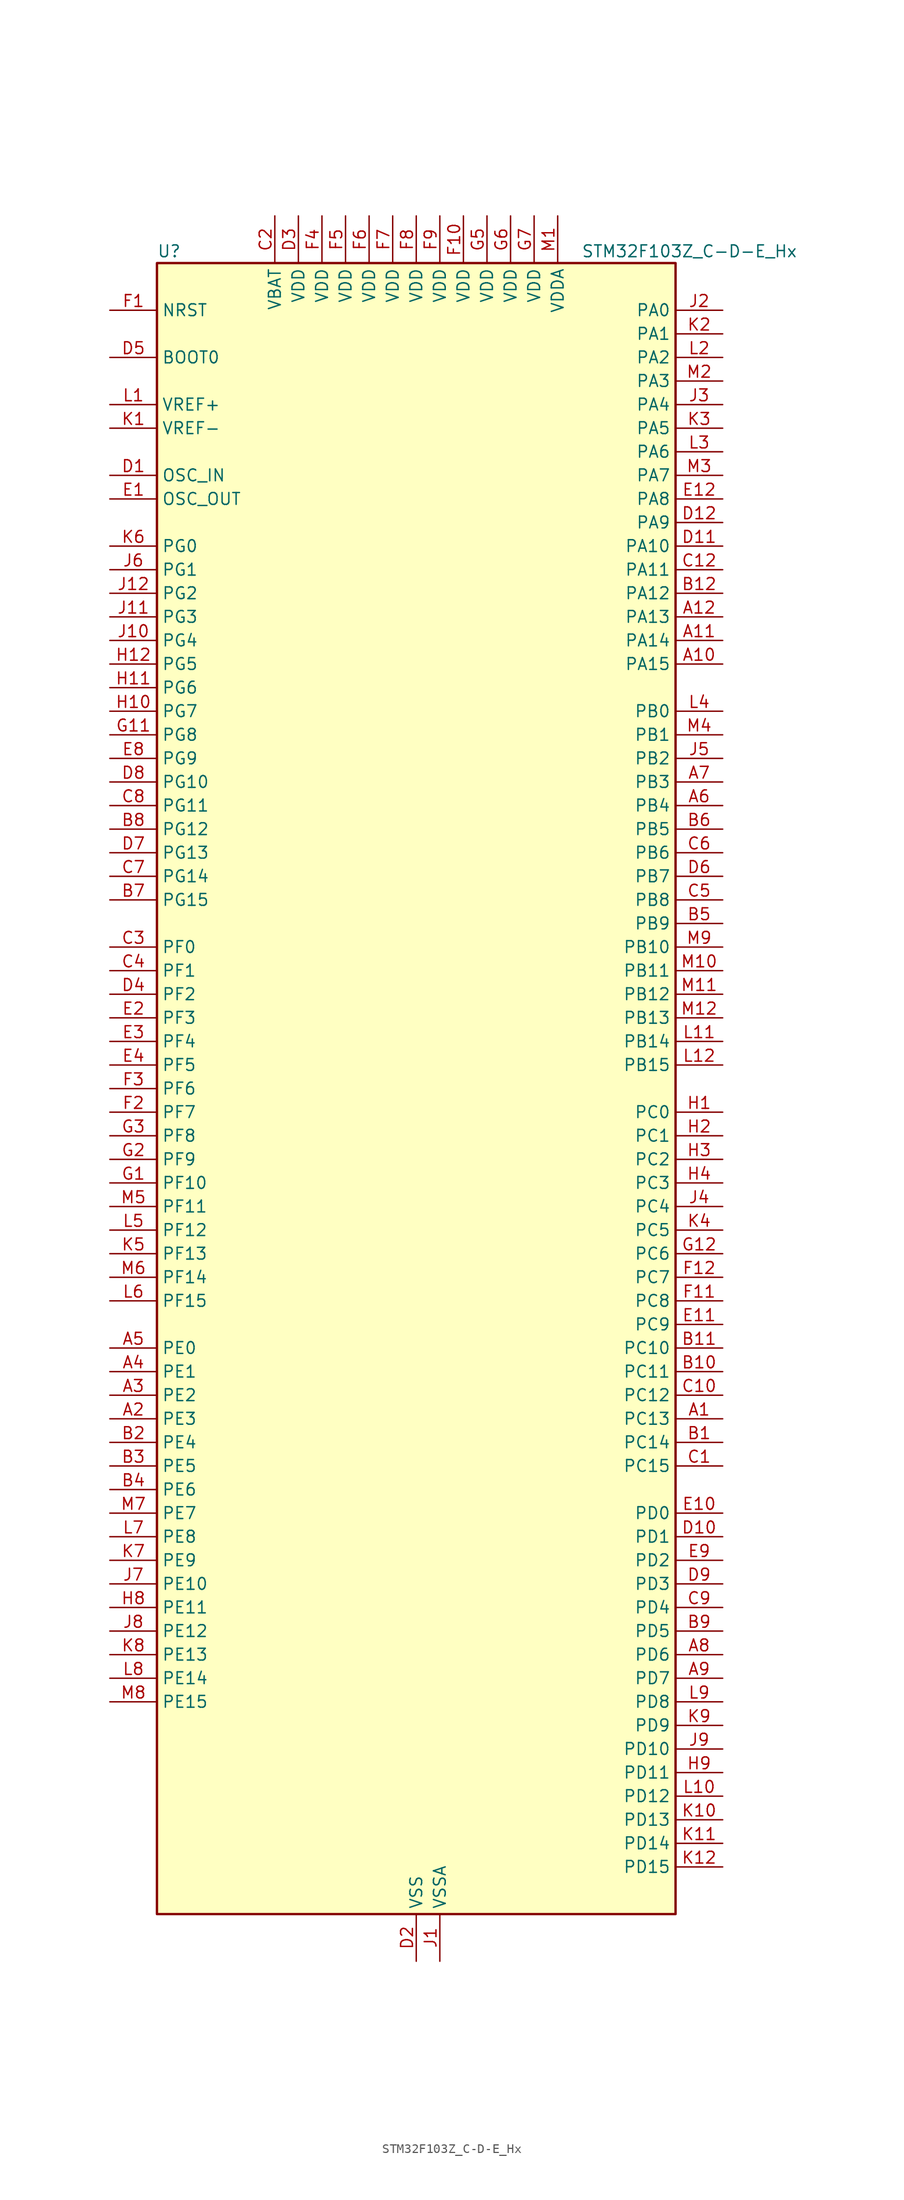
<source format=kicad_sym>
(kicad_symbol_lib
  (version 20241209)
  (generator "kicad_symbol_editor")
  (generator_version "9.0")
  (symbol "STM32F103Z_C-D-E_Hx"
    (property "Reference" "U"
      (at -27.94 90.17 0)
      (effects (font (size 1.27 1.27)) (justify left)))
    (property "Value" "STM32F103Z_C-D-E_Hx"
      (at 17.78 90.17 0)
      (effects (font (size 1.27 1.27)) (justify left)))
    (symbol "STM32F103Z_C-D-E_Hx_0_1"
      (rectangle (start -27.94 -88.9) (end 27.94 88.9) (stroke (width 0.254) (type default)) (fill (type background))))
    (symbol "STM32F103Z_C-D-E_Hx_1_1"
      (pin input line (at -33.02 83.82 0) (length 5.08) (name "NRST" (effects (font (size 1.27 1.27)))) (number "F1" (effects (font (size 1.27 1.27)))))
      (pin input line (at -33.02 78.74 0) (length 5.08) (name "BOOT0" (effects (font (size 1.27 1.27)))) (number "D5" (effects (font (size 1.27 1.27)))))
      (pin input line (at -33.02 73.66 0) (length 5.08) (name "VREF+" (effects (font (size 1.27 1.27)))) (number "L1" (effects (font (size 1.27 1.27)))))
      (pin input line (at -33.02 71.12 0) (length 5.08) (name "VREF-" (effects (font (size 1.27 1.27)))) (number "K1" (effects (font (size 1.27 1.27)))))
      (pin input line (at -33.02 66.04 0) (length 5.08) (name "OSC_IN" (effects (font (size 1.27 1.27)))) (number "D1" (effects (font (size 1.27 1.27)))) (alternate "RCC_OSC_IN" bidirectional line))
      (pin input line (at -33.02 63.5 0) (length 5.08) (name "OSC_OUT" (effects (font (size 1.27 1.27)))) (number "E1" (effects (font (size 1.27 1.27)))) (alternate "RCC_OSC_OUT" bidirectional line))
      (pin bidirectional line (at -33.02 58.42 0) (length 5.08) (name "PG0" (effects (font (size 1.27 1.27)))) (number "K6" (effects (font (size 1.27 1.27)))) (alternate "FSMC_A10" bidirectional line))
      (pin bidirectional line (at -33.02 55.88 0) (length 5.08) (name "PG1" (effects (font (size 1.27 1.27)))) (number "J6" (effects (font (size 1.27 1.27)))) (alternate "FSMC_A11" bidirectional line))
      (pin bidirectional line (at -33.02 53.34 0) (length 5.08) (name "PG2" (effects (font (size 1.27 1.27)))) (number "J12" (effects (font (size 1.27 1.27)))) (alternate "FSMC_A12" bidirectional line))
      (pin bidirectional line (at -33.02 50.8 0) (length 5.08) (name "PG3" (effects (font (size 1.27 1.27)))) (number "J11" (effects (font (size 1.27 1.27)))) (alternate "FSMC_A13" bidirectional line))
      (pin bidirectional line (at -33.02 48.26 0) (length 5.08) (name "PG4" (effects (font (size 1.27 1.27)))) (number "J10" (effects (font (size 1.27 1.27)))) (alternate "FSMC_A14" bidirectional line))
      (pin bidirectional line (at -33.02 45.72 0) (length 5.08) (name "PG5" (effects (font (size 1.27 1.27)))) (number "H12" (effects (font (size 1.27 1.27)))) (alternate "FSMC_A15" bidirectional line))
      (pin bidirectional line (at -33.02 43.18 0) (length 5.08) (name "PG6" (effects (font (size 1.27 1.27)))) (number "H11" (effects (font (size 1.27 1.27)))) (alternate "FSMC_INT2" bidirectional line))
      (pin bidirectional line (at -33.02 40.64 0) (length 5.08) (name "PG7" (effects (font (size 1.27 1.27)))) (number "H10" (effects (font (size 1.27 1.27)))) (alternate "FSMC_INT3" bidirectional line))
      (pin bidirectional line (at -33.02 38.1 0) (length 5.08) (name "PG8" (effects (font (size 1.27 1.27)))) (number "G11" (effects (font (size 1.27 1.27)))))
      (pin bidirectional line (at -33.02 35.56 0) (length 5.08) (name "PG9" (effects (font (size 1.27 1.27)))) (number "E8" (effects (font (size 1.27 1.27)))) (alternate "DAC_EXTI9" bidirectional line) (alternate "FSMC_NCE3" bidirectional line) (alternate "FSMC_NE2" bidirectional line))
      (pin bidirectional line (at -33.02 33.02 0) (length 5.08) (name "PG10" (effects (font (size 1.27 1.27)))) (number "D8" (effects (font (size 1.27 1.27)))) (alternate "FSMC_NCE4_1" bidirectional line) (alternate "FSMC_NE3" bidirectional line))
      (pin bidirectional line (at -33.02 30.48 0) (length 5.08) (name "PG11" (effects (font (size 1.27 1.27)))) (number "C8" (effects (font (size 1.27 1.27)))) (alternate "ADC1_EXTI11" bidirectional line) (alternate "ADC2_EXTI11" bidirectional line) (alternate "FSMC_NCE4_2" bidirectional line))
      (pin bidirectional line (at -33.02 27.94 0) (length 5.08) (name "PG12" (effects (font (size 1.27 1.27)))) (number "B8" (effects (font (size 1.27 1.27)))) (alternate "FSMC_NE4" bidirectional line))
      (pin bidirectional line (at -33.02 25.4 0) (length 5.08) (name "PG13" (effects (font (size 1.27 1.27)))) (number "D7" (effects (font (size 1.27 1.27)))) (alternate "FSMC_A24" bidirectional line))
      (pin bidirectional line (at -33.02 22.86 0) (length 5.08) (name "PG14" (effects (font (size 1.27 1.27)))) (number "C7" (effects (font (size 1.27 1.27)))) (alternate "FSMC_A25" bidirectional line))
      (pin bidirectional line (at -33.02 20.32 0) (length 5.08) (name "PG15" (effects (font (size 1.27 1.27)))) (number "B7" (effects (font (size 1.27 1.27)))) (alternate "ADC1_EXTI15" bidirectional line) (alternate "ADC2_EXTI15" bidirectional line))
      (pin bidirectional line (at -33.02 15.24 0) (length 5.08) (name "PF0" (effects (font (size 1.27 1.27)))) (number "C3" (effects (font (size 1.27 1.27)))) (alternate "FSMC_A0" bidirectional line))
      (pin bidirectional line (at -33.02 12.7 0) (length 5.08) (name "PF1" (effects (font (size 1.27 1.27)))) (number "C4" (effects (font (size 1.27 1.27)))) (alternate "FSMC_A1" bidirectional line))
      (pin bidirectional line (at -33.02 10.16 0) (length 5.08) (name "PF2" (effects (font (size 1.27 1.27)))) (number "D4" (effects (font (size 1.27 1.27)))) (alternate "FSMC_A2" bidirectional line))
      (pin bidirectional line (at -33.02 7.62 0) (length 5.08) (name "PF3" (effects (font (size 1.27 1.27)))) (number "E2" (effects (font (size 1.27 1.27)))) (alternate "FSMC_A3" bidirectional line))
      (pin bidirectional line (at -33.02 5.08 0) (length 5.08) (name "PF4" (effects (font (size 1.27 1.27)))) (number "E3" (effects (font (size 1.27 1.27)))) (alternate "FSMC_A4" bidirectional line))
      (pin bidirectional line (at -33.02 2.54 0) (length 5.08) (name "PF5" (effects (font (size 1.27 1.27)))) (number "E4" (effects (font (size 1.27 1.27)))) (alternate "FSMC_A5" bidirectional line))
      (pin bidirectional line (at -33.02 0 0) (length 5.08) (name "PF6" (effects (font (size 1.27 1.27)))) (number "F3" (effects (font (size 1.27 1.27)))) (alternate "ADC3_IN4" bidirectional line) (alternate "FSMC_NIORD" bidirectional line))
      (pin bidirectional line (at -33.02 -2.54 0) (length 5.08) (name "PF7" (effects (font (size 1.27 1.27)))) (number "F2" (effects (font (size 1.27 1.27)))) (alternate "ADC3_IN5" bidirectional line) (alternate "FSMC_NREG" bidirectional line))
      (pin bidirectional line (at -33.02 -5.08 0) (length 5.08) (name "PF8" (effects (font (size 1.27 1.27)))) (number "G3" (effects (font (size 1.27 1.27)))) (alternate "ADC3_IN6" bidirectional line) (alternate "FSMC_NIOWR" bidirectional line))
      (pin bidirectional line (at -33.02 -7.62 0) (length 5.08) (name "PF9" (effects (font (size 1.27 1.27)))) (number "G2" (effects (font (size 1.27 1.27)))) (alternate "ADC3_IN7" bidirectional line) (alternate "DAC_EXTI9" bidirectional line) (alternate "FSMC_CD" bidirectional line))
      (pin bidirectional line (at -33.02 -10.16 0) (length 5.08) (name "PF10" (effects (font (size 1.27 1.27)))) (number "G1" (effects (font (size 1.27 1.27)))) (alternate "ADC3_IN8" bidirectional line) (alternate "FSMC_INTR" bidirectional line))
      (pin bidirectional line (at -33.02 -12.7 0) (length 5.08) (name "PF11" (effects (font (size 1.27 1.27)))) (number "M5" (effects (font (size 1.27 1.27)))) (alternate "ADC1_EXTI11" bidirectional line) (alternate "ADC2_EXTI11" bidirectional line) (alternate "FSMC_NIOS16" bidirectional line))
      (pin bidirectional line (at -33.02 -15.24 0) (length 5.08) (name "PF12" (effects (font (size 1.27 1.27)))) (number "L5" (effects (font (size 1.27 1.27)))) (alternate "FSMC_A6" bidirectional line))
      (pin bidirectional line (at -33.02 -17.78 0) (length 5.08) (name "PF13" (effects (font (size 1.27 1.27)))) (number "K5" (effects (font (size 1.27 1.27)))) (alternate "FSMC_A7" bidirectional line))
      (pin bidirectional line (at -33.02 -20.32 0) (length 5.08) (name "PF14" (effects (font (size 1.27 1.27)))) (number "M6" (effects (font (size 1.27 1.27)))) (alternate "FSMC_A8" bidirectional line))
      (pin bidirectional line (at -33.02 -22.86 0) (length 5.08) (name "PF15" (effects (font (size 1.27 1.27)))) (number "L6" (effects (font (size 1.27 1.27)))) (alternate "ADC1_EXTI15" bidirectional line) (alternate "ADC2_EXTI15" bidirectional line) (alternate "FSMC_A9" bidirectional line))
      (pin bidirectional line (at -33.02 -27.94 0) (length 5.08) (name "PE0" (effects (font (size 1.27 1.27)))) (number "A5" (effects (font (size 1.27 1.27)))) (alternate "FSMC_NBL0" bidirectional line) (alternate "TIM4_ETR" bidirectional line))
      (pin bidirectional line (at -33.02 -30.48 0) (length 5.08) (name "PE1" (effects (font (size 1.27 1.27)))) (number "A4" (effects (font (size 1.27 1.27)))) (alternate "FSMC_NBL1" bidirectional line))
      (pin bidirectional line (at -33.02 -33.02 0) (length 5.08) (name "PE2" (effects (font (size 1.27 1.27)))) (number "A3" (effects (font (size 1.27 1.27)))) (alternate "FSMC_A23" bidirectional line) (alternate "SYS_TRACECLK" bidirectional line))
      (pin bidirectional line (at -33.02 -35.56 0) (length 5.08) (name "PE3" (effects (font (size 1.27 1.27)))) (number "A2" (effects (font (size 1.27 1.27)))) (alternate "FSMC_A19" bidirectional line) (alternate "SYS_TRACED0" bidirectional line))
      (pin bidirectional line (at -33.02 -38.1 0) (length 5.08) (name "PE4" (effects (font (size 1.27 1.27)))) (number "B2" (effects (font (size 1.27 1.27)))) (alternate "FSMC_A20" bidirectional line) (alternate "SYS_TRACED1" bidirectional line))
      (pin bidirectional line (at -33.02 -40.64 0) (length 5.08) (name "PE5" (effects (font (size 1.27 1.27)))) (number "B3" (effects (font (size 1.27 1.27)))) (alternate "FSMC_A21" bidirectional line) (alternate "SYS_TRACED2" bidirectional line))
      (pin bidirectional line (at -33.02 -43.18 0) (length 5.08) (name "PE6" (effects (font (size 1.27 1.27)))) (number "B4" (effects (font (size 1.27 1.27)))) (alternate "FSMC_A22" bidirectional line) (alternate "SYS_TRACED3" bidirectional line))
      (pin bidirectional line (at -33.02 -45.72 0) (length 5.08) (name "PE7" (effects (font (size 1.27 1.27)))) (number "M7" (effects (font (size 1.27 1.27)))) (alternate "FSMC_D4" bidirectional line) (alternate "FSMC_DA4" bidirectional line) (alternate "TIM1_ETR" bidirectional line))
      (pin bidirectional line (at -33.02 -48.26 0) (length 5.08) (name "PE8" (effects (font (size 1.27 1.27)))) (number "L7" (effects (font (size 1.27 1.27)))) (alternate "FSMC_D5" bidirectional line) (alternate "FSMC_DA5" bidirectional line) (alternate "TIM1_CH1N" bidirectional line))
      (pin bidirectional line (at -33.02 -50.8 0) (length 5.08) (name "PE9" (effects (font (size 1.27 1.27)))) (number "K7" (effects (font (size 1.27 1.27)))) (alternate "DAC_EXTI9" bidirectional line) (alternate "FSMC_D6" bidirectional line) (alternate "FSMC_DA6" bidirectional line) (alternate "TIM1_CH1" bidirectional line))
      (pin bidirectional line (at -33.02 -53.34 0) (length 5.08) (name "PE10" (effects (font (size 1.27 1.27)))) (number "J7" (effects (font (size 1.27 1.27)))) (alternate "FSMC_D7" bidirectional line) (alternate "FSMC_DA7" bidirectional line) (alternate "TIM1_CH2N" bidirectional line))
      (pin bidirectional line (at -33.02 -55.88 0) (length 5.08) (name "PE11" (effects (font (size 1.27 1.27)))) (number "H8" (effects (font (size 1.27 1.27)))) (alternate "ADC1_EXTI11" bidirectional line) (alternate "ADC2_EXTI11" bidirectional line) (alternate "FSMC_D8" bidirectional line) (alternate "FSMC_DA8" bidirectional line) (alternate "TIM1_CH2" bidirectional line))
      (pin bidirectional line (at -33.02 -58.42 0) (length 5.08) (name "PE12" (effects (font (size 1.27 1.27)))) (number "J8" (effects (font (size 1.27 1.27)))) (alternate "FSMC_D9" bidirectional line) (alternate "FSMC_DA9" bidirectional line) (alternate "TIM1_CH3N" bidirectional line))
      (pin bidirectional line (at -33.02 -60.96 0) (length 5.08) (name "PE13" (effects (font (size 1.27 1.27)))) (number "K8" (effects (font (size 1.27 1.27)))) (alternate "FSMC_D10" bidirectional line) (alternate "FSMC_DA10" bidirectional line) (alternate "TIM1_CH3" bidirectional line))
      (pin bidirectional line (at -33.02 -63.5 0) (length 5.08) (name "PE14" (effects (font (size 1.27 1.27)))) (number "L8" (effects (font (size 1.27 1.27)))) (alternate "FSMC_D11" bidirectional line) (alternate "FSMC_DA11" bidirectional line) (alternate "TIM1_CH4" bidirectional line))
      (pin bidirectional line (at -33.02 -66.04 0) (length 5.08) (name "PE15" (effects (font (size 1.27 1.27)))) (number "M8" (effects (font (size 1.27 1.27)))) (alternate "ADC1_EXTI15" bidirectional line) (alternate "ADC2_EXTI15" bidirectional line) (alternate "FSMC_D12" bidirectional line) (alternate "FSMC_DA12" bidirectional line) (alternate "TIM1_BKIN" bidirectional line))
      (pin no_connect line (at -27.94 -88.9 0) (length 5.08) (hide yes) (name "NC" (effects (font (size 1.27 1.27)))) (number "C11" (effects (font (size 1.27 1.27)))))
      (pin power_in line (at -15.24 93.98 270) (length 5.08) (name "VBAT" (effects (font (size 1.27 1.27)))) (number "C2" (effects (font (size 1.27 1.27)))))
      (pin power_in line (at -12.7 93.98 270) (length 5.08) (name "VDD" (effects (font (size 1.27 1.27)))) (number "D3" (effects (font (size 1.27 1.27)))))
      (pin power_in line (at -10.16 93.98 270) (length 5.08) (name "VDD" (effects (font (size 1.27 1.27)))) (number "F4" (effects (font (size 1.27 1.27)))))
      (pin power_in line (at -7.62 93.98 270) (length 5.08) (name "VDD" (effects (font (size 1.27 1.27)))) (number "F5" (effects (font (size 1.27 1.27)))))
      (pin power_in line (at -5.08 93.98 270) (length 5.08) (name "VDD" (effects (font (size 1.27 1.27)))) (number "F6" (effects (font (size 1.27 1.27)))))
      (pin power_in line (at -2.54 93.98 270) (length 5.08) (name "VDD" (effects (font (size 1.27 1.27)))) (number "F7" (effects (font (size 1.27 1.27)))))
      (pin power_in line (at 0 93.98 270) (length 5.08) (name "VDD" (effects (font (size 1.27 1.27)))) (number "F8" (effects (font (size 1.27 1.27)))))
      (pin power_in line (at 0 -93.98 90) (length 5.08) (name "VSS" (effects (font (size 1.27 1.27)))) (number "D2" (effects (font (size 1.27 1.27)))))
      (pin passive line (at 0 -93.98 90) (length 5.08) (hide yes) (name "VSS" (effects (font (size 1.27 1.27)))) (number "E5" (effects (font (size 1.27 1.27)))))
      (pin passive line (at 0 -93.98 90) (length 5.08) (hide yes) (name "VSS" (effects (font (size 1.27 1.27)))) (number "E6" (effects (font (size 1.27 1.27)))))
      (pin passive line (at 0 -93.98 90) (length 5.08) (hide yes) (name "VSS" (effects (font (size 1.27 1.27)))) (number "E7" (effects (font (size 1.27 1.27)))))
      (pin passive line (at 0 -93.98 90) (length 5.08) (hide yes) (name "VSS" (effects (font (size 1.27 1.27)))) (number "G10" (effects (font (size 1.27 1.27)))))
      (pin passive line (at 0 -93.98 90) (length 5.08) (hide yes) (name "VSS" (effects (font (size 1.27 1.27)))) (number "G4" (effects (font (size 1.27 1.27)))))
      (pin passive line (at 0 -93.98 90) (length 5.08) (hide yes) (name "VSS" (effects (font (size 1.27 1.27)))) (number "G8" (effects (font (size 1.27 1.27)))))
      (pin passive line (at 0 -93.98 90) (length 5.08) (hide yes) (name "VSS" (effects (font (size 1.27 1.27)))) (number "G9" (effects (font (size 1.27 1.27)))))
      (pin passive line (at 0 -93.98 90) (length 5.08) (hide yes) (name "VSS" (effects (font (size 1.27 1.27)))) (number "H5" (effects (font (size 1.27 1.27)))))
      (pin passive line (at 0 -93.98 90) (length 5.08) (hide yes) (name "VSS" (effects (font (size 1.27 1.27)))) (number "H6" (effects (font (size 1.27 1.27)))))
      (pin passive line (at 0 -93.98 90) (length 5.08) (hide yes) (name "VSS" (effects (font (size 1.27 1.27)))) (number "H7" (effects (font (size 1.27 1.27)))))
      (pin power_in line (at 2.54 93.98 270) (length 5.08) (name "VDD" (effects (font (size 1.27 1.27)))) (number "F9" (effects (font (size 1.27 1.27)))))
      (pin power_in line (at 2.54 -93.98 90) (length 5.08) (name "VSSA" (effects (font (size 1.27 1.27)))) (number "J1" (effects (font (size 1.27 1.27)))))
      (pin power_in line (at 5.08 93.98 270) (length 5.08) (name "VDD" (effects (font (size 1.27 1.27)))) (number "F10" (effects (font (size 1.27 1.27)))))
      (pin power_in line (at 7.62 93.98 270) (length 5.08) (name "VDD" (effects (font (size 1.27 1.27)))) (number "G5" (effects (font (size 1.27 1.27)))))
      (pin power_in line (at 10.16 93.98 270) (length 5.08) (name "VDD" (effects (font (size 1.27 1.27)))) (number "G6" (effects (font (size 1.27 1.27)))))
      (pin power_in line (at 12.7 93.98 270) (length 5.08) (name "VDD" (effects (font (size 1.27 1.27)))) (number "G7" (effects (font (size 1.27 1.27)))))
      (pin power_in line (at 15.24 93.98 270) (length 5.08) (name "VDDA" (effects (font (size 1.27 1.27)))) (number "M1" (effects (font (size 1.27 1.27)))))
      (pin bidirectional line (at 33.02 83.82 180) (length 5.08) (name "PA0" (effects (font (size 1.27 1.27)))) (number "J2" (effects (font (size 1.27 1.27)))) (alternate "ADC1_IN0" bidirectional line) (alternate "ADC2_IN0" bidirectional line) (alternate "ADC3_IN0" bidirectional line) (alternate "SYS_WKUP" bidirectional line) (alternate "TIM2_CH1" bidirectional line) (alternate "TIM2_ETR" bidirectional line) (alternate "TIM5_CH1" bidirectional line) (alternate "TIM8_ETR" bidirectional line) (alternate "USART2_CTS" bidirectional line))
      (pin bidirectional line (at 33.02 81.28 180) (length 5.08) (name "PA1" (effects (font (size 1.27 1.27)))) (number "K2" (effects (font (size 1.27 1.27)))) (alternate "ADC1_IN1" bidirectional line) (alternate "ADC2_IN1" bidirectional line) (alternate "ADC3_IN1" bidirectional line) (alternate "TIM2_CH2" bidirectional line) (alternate "TIM5_CH2" bidirectional line) (alternate "USART2_RTS" bidirectional line))
      (pin bidirectional line (at 33.02 78.74 180) (length 5.08) (name "PA2" (effects (font (size 1.27 1.27)))) (number "L2" (effects (font (size 1.27 1.27)))) (alternate "ADC1_IN2" bidirectional line) (alternate "ADC2_IN2" bidirectional line) (alternate "ADC3_IN2" bidirectional line) (alternate "TIM2_CH3" bidirectional line) (alternate "TIM5_CH3" bidirectional line) (alternate "USART2_TX" bidirectional line))
      (pin bidirectional line (at 33.02 76.2 180) (length 5.08) (name "PA3" (effects (font (size 1.27 1.27)))) (number "M2" (effects (font (size 1.27 1.27)))) (alternate "ADC1_IN3" bidirectional line) (alternate "ADC2_IN3" bidirectional line) (alternate "ADC3_IN3" bidirectional line) (alternate "TIM2_CH4" bidirectional line) (alternate "TIM5_CH4" bidirectional line) (alternate "USART2_RX" bidirectional line))
      (pin bidirectional line (at 33.02 73.66 180) (length 5.08) (name "PA4" (effects (font (size 1.27 1.27)))) (number "J3" (effects (font (size 1.27 1.27)))) (alternate "ADC1_IN4" bidirectional line) (alternate "ADC2_IN4" bidirectional line) (alternate "DAC_OUT1" bidirectional line) (alternate "SPI1_NSS" bidirectional line) (alternate "USART2_CK" bidirectional line))
      (pin bidirectional line (at 33.02 71.12 180) (length 5.08) (name "PA5" (effects (font (size 1.27 1.27)))) (number "K3" (effects (font (size 1.27 1.27)))) (alternate "ADC1_IN5" bidirectional line) (alternate "ADC2_IN5" bidirectional line) (alternate "DAC_OUT2" bidirectional line) (alternate "SPI1_SCK" bidirectional line))
      (pin bidirectional line (at 33.02 68.58 180) (length 5.08) (name "PA6" (effects (font (size 1.27 1.27)))) (number "L3" (effects (font (size 1.27 1.27)))) (alternate "ADC1_IN6" bidirectional line) (alternate "ADC2_IN6" bidirectional line) (alternate "SPI1_MISO" bidirectional line) (alternate "TIM1_BKIN" bidirectional line) (alternate "TIM3_CH1" bidirectional line) (alternate "TIM8_BKIN" bidirectional line))
      (pin bidirectional line (at 33.02 66.04 180) (length 5.08) (name "PA7" (effects (font (size 1.27 1.27)))) (number "M3" (effects (font (size 1.27 1.27)))) (alternate "ADC1_IN7" bidirectional line) (alternate "ADC2_IN7" bidirectional line) (alternate "SPI1_MOSI" bidirectional line) (alternate "TIM1_CH1N" bidirectional line) (alternate "TIM3_CH2" bidirectional line) (alternate "TIM8_CH1N" bidirectional line))
      (pin bidirectional line (at 33.02 63.5 180) (length 5.08) (name "PA8" (effects (font (size 1.27 1.27)))) (number "E12" (effects (font (size 1.27 1.27)))) (alternate "RCC_MCO" bidirectional line) (alternate "TIM1_CH1" bidirectional line) (alternate "USART1_CK" bidirectional line))
      (pin bidirectional line (at 33.02 60.96 180) (length 5.08) (name "PA9" (effects (font (size 1.27 1.27)))) (number "D12" (effects (font (size 1.27 1.27)))) (alternate "DAC_EXTI9" bidirectional line) (alternate "TIM1_CH2" bidirectional line) (alternate "USART1_TX" bidirectional line))
      (pin bidirectional line (at 33.02 58.42 180) (length 5.08) (name "PA10" (effects (font (size 1.27 1.27)))) (number "D11" (effects (font (size 1.27 1.27)))) (alternate "TIM1_CH3" bidirectional line) (alternate "USART1_RX" bidirectional line))
      (pin bidirectional line (at 33.02 55.88 180) (length 5.08) (name "PA11" (effects (font (size 1.27 1.27)))) (number "C12" (effects (font (size 1.27 1.27)))) (alternate "ADC1_EXTI11" bidirectional line) (alternate "ADC2_EXTI11" bidirectional line) (alternate "CAN_RX" bidirectional line) (alternate "TIM1_CH4" bidirectional line) (alternate "USART1_CTS" bidirectional line) (alternate "USB_DM" bidirectional line))
      (pin bidirectional line (at 33.02 53.34 180) (length 5.08) (name "PA12" (effects (font (size 1.27 1.27)))) (number "B12" (effects (font (size 1.27 1.27)))) (alternate "CAN_TX" bidirectional line) (alternate "TIM1_ETR" bidirectional line) (alternate "USART1_RTS" bidirectional line) (alternate "USB_DP" bidirectional line))
      (pin bidirectional line (at 33.02 50.8 180) (length 5.08) (name "PA13" (effects (font (size 1.27 1.27)))) (number "A12" (effects (font (size 1.27 1.27)))) (alternate "SYS_JTMS-SWDIO" bidirectional line))
      (pin bidirectional line (at 33.02 48.26 180) (length 5.08) (name "PA14" (effects (font (size 1.27 1.27)))) (number "A11" (effects (font (size 1.27 1.27)))) (alternate "SYS_JTCK-SWCLK" bidirectional line))
      (pin bidirectional line (at 33.02 45.72 180) (length 5.08) (name "PA15" (effects (font (size 1.27 1.27)))) (number "A10" (effects (font (size 1.27 1.27)))) (alternate "ADC1_EXTI15" bidirectional line) (alternate "ADC2_EXTI15" bidirectional line) (alternate "I2S3_WS" bidirectional line) (alternate "SPI1_NSS" bidirectional line) (alternate "SPI3_NSS" bidirectional line) (alternate "SYS_JTDI" bidirectional line) (alternate "TIM2_CH1" bidirectional line) (alternate "TIM2_ETR" bidirectional line))
      (pin bidirectional line (at 33.02 40.64 180) (length 5.08) (name "PB0" (effects (font (size 1.27 1.27)))) (number "L4" (effects (font (size 1.27 1.27)))) (alternate "ADC1_IN8" bidirectional line) (alternate "ADC2_IN8" bidirectional line) (alternate "TIM1_CH2N" bidirectional line) (alternate "TIM3_CH3" bidirectional line) (alternate "TIM8_CH2N" bidirectional line))
      (pin bidirectional line (at 33.02 38.1 180) (length 5.08) (name "PB1" (effects (font (size 1.27 1.27)))) (number "M4" (effects (font (size 1.27 1.27)))) (alternate "ADC1_IN9" bidirectional line) (alternate "ADC2_IN9" bidirectional line) (alternate "TIM1_CH3N" bidirectional line) (alternate "TIM3_CH4" bidirectional line) (alternate "TIM8_CH3N" bidirectional line))
      (pin bidirectional line (at 33.02 35.56 180) (length 5.08) (name "PB2" (effects (font (size 1.27 1.27)))) (number "J5" (effects (font (size 1.27 1.27)))))
      (pin bidirectional line (at 33.02 33.02 180) (length 5.08) (name "PB3" (effects (font (size 1.27 1.27)))) (number "A7" (effects (font (size 1.27 1.27)))) (alternate "I2S3_CK" bidirectional line) (alternate "SPI1_SCK" bidirectional line) (alternate "SPI3_SCK" bidirectional line) (alternate "SYS_JTDO-TRACESWO" bidirectional line) (alternate "TIM2_CH2" bidirectional line))
      (pin bidirectional line (at 33.02 30.48 180) (length 5.08) (name "PB4" (effects (font (size 1.27 1.27)))) (number "A6" (effects (font (size 1.27 1.27)))) (alternate "SPI1_MISO" bidirectional line) (alternate "SPI3_MISO" bidirectional line) (alternate "SYS_NJTRST" bidirectional line) (alternate "TIM3_CH1" bidirectional line))
      (pin bidirectional line (at 33.02 27.94 180) (length 5.08) (name "PB5" (effects (font (size 1.27 1.27)))) (number "B6" (effects (font (size 1.27 1.27)))) (alternate "I2C1_SMBA" bidirectional line) (alternate "I2S3_SD" bidirectional line) (alternate "SPI1_MOSI" bidirectional line) (alternate "SPI3_MOSI" bidirectional line) (alternate "TIM3_CH2" bidirectional line))
      (pin bidirectional line (at 33.02 25.4 180) (length 5.08) (name "PB6" (effects (font (size 1.27 1.27)))) (number "C6" (effects (font (size 1.27 1.27)))) (alternate "I2C1_SCL" bidirectional line) (alternate "TIM4_CH1" bidirectional line) (alternate "USART1_TX" bidirectional line))
      (pin bidirectional line (at 33.02 22.86 180) (length 5.08) (name "PB7" (effects (font (size 1.27 1.27)))) (number "D6" (effects (font (size 1.27 1.27)))) (alternate "FSMC_NL" bidirectional line) (alternate "I2C1_SDA" bidirectional line) (alternate "TIM4_CH2" bidirectional line) (alternate "USART1_RX" bidirectional line))
      (pin bidirectional line (at 33.02 20.32 180) (length 5.08) (name "PB8" (effects (font (size 1.27 1.27)))) (number "C5" (effects (font (size 1.27 1.27)))) (alternate "CAN_RX" bidirectional line) (alternate "I2C1_SCL" bidirectional line) (alternate "SDIO_D4" bidirectional line) (alternate "TIM4_CH3" bidirectional line))
      (pin bidirectional line (at 33.02 17.78 180) (length 5.08) (name "PB9" (effects (font (size 1.27 1.27)))) (number "B5" (effects (font (size 1.27 1.27)))) (alternate "CAN_TX" bidirectional line) (alternate "DAC_EXTI9" bidirectional line) (alternate "I2C1_SDA" bidirectional line) (alternate "SDIO_D5" bidirectional line) (alternate "TIM4_CH4" bidirectional line))
      (pin bidirectional line (at 33.02 15.24 180) (length 5.08) (name "PB10" (effects (font (size 1.27 1.27)))) (number "M9" (effects (font (size 1.27 1.27)))) (alternate "I2C2_SCL" bidirectional line) (alternate "TIM2_CH3" bidirectional line) (alternate "USART3_TX" bidirectional line))
      (pin bidirectional line (at 33.02 12.7 180) (length 5.08) (name "PB11" (effects (font (size 1.27 1.27)))) (number "M10" (effects (font (size 1.27 1.27)))) (alternate "ADC1_EXTI11" bidirectional line) (alternate "ADC2_EXTI11" bidirectional line) (alternate "I2C2_SDA" bidirectional line) (alternate "TIM2_CH4" bidirectional line) (alternate "USART3_RX" bidirectional line))
      (pin bidirectional line (at 33.02 10.16 180) (length 5.08) (name "PB12" (effects (font (size 1.27 1.27)))) (number "M11" (effects (font (size 1.27 1.27)))) (alternate "I2C2_SMBA" bidirectional line) (alternate "I2S2_WS" bidirectional line) (alternate "SPI2_NSS" bidirectional line) (alternate "TIM1_BKIN" bidirectional line) (alternate "USART3_CK" bidirectional line))
      (pin bidirectional line (at 33.02 7.62 180) (length 5.08) (name "PB13" (effects (font (size 1.27 1.27)))) (number "M12" (effects (font (size 1.27 1.27)))) (alternate "I2S2_CK" bidirectional line) (alternate "SPI2_SCK" bidirectional line) (alternate "TIM1_CH1N" bidirectional line) (alternate "USART3_CTS" bidirectional line))
      (pin bidirectional line (at 33.02 5.08 180) (length 5.08) (name "PB14" (effects (font (size 1.27 1.27)))) (number "L11" (effects (font (size 1.27 1.27)))) (alternate "SPI2_MISO" bidirectional line) (alternate "TIM1_CH2N" bidirectional line) (alternate "USART3_RTS" bidirectional line))
      (pin bidirectional line (at 33.02 2.54 180) (length 5.08) (name "PB15" (effects (font (size 1.27 1.27)))) (number "L12" (effects (font (size 1.27 1.27)))) (alternate "ADC1_EXTI15" bidirectional line) (alternate "ADC2_EXTI15" bidirectional line) (alternate "I2S2_SD" bidirectional line) (alternate "SPI2_MOSI" bidirectional line) (alternate "TIM1_CH3N" bidirectional line))
      (pin bidirectional line (at 33.02 -2.54 180) (length 5.08) (name "PC0" (effects (font (size 1.27 1.27)))) (number "H1" (effects (font (size 1.27 1.27)))) (alternate "ADC1_IN10" bidirectional line) (alternate "ADC2_IN10" bidirectional line) (alternate "ADC3_IN10" bidirectional line))
      (pin bidirectional line (at 33.02 -5.08 180) (length 5.08) (name "PC1" (effects (font (size 1.27 1.27)))) (number "H2" (effects (font (size 1.27 1.27)))) (alternate "ADC1_IN11" bidirectional line) (alternate "ADC2_IN11" bidirectional line) (alternate "ADC3_IN11" bidirectional line))
      (pin bidirectional line (at 33.02 -7.62 180) (length 5.08) (name "PC2" (effects (font (size 1.27 1.27)))) (number "H3" (effects (font (size 1.27 1.27)))) (alternate "ADC1_IN12" bidirectional line) (alternate "ADC2_IN12" bidirectional line) (alternate "ADC3_IN12" bidirectional line))
      (pin bidirectional line (at 33.02 -10.16 180) (length 5.08) (name "PC3" (effects (font (size 1.27 1.27)))) (number "H4" (effects (font (size 1.27 1.27)))) (alternate "ADC1_IN13" bidirectional line) (alternate "ADC2_IN13" bidirectional line) (alternate "ADC3_IN13" bidirectional line))
      (pin bidirectional line (at 33.02 -12.7 180) (length 5.08) (name "PC4" (effects (font (size 1.27 1.27)))) (number "J4" (effects (font (size 1.27 1.27)))) (alternate "ADC1_IN14" bidirectional line) (alternate "ADC2_IN14" bidirectional line))
      (pin bidirectional line (at 33.02 -15.24 180) (length 5.08) (name "PC5" (effects (font (size 1.27 1.27)))) (number "K4" (effects (font (size 1.27 1.27)))) (alternate "ADC1_IN15" bidirectional line) (alternate "ADC2_IN15" bidirectional line))
      (pin bidirectional line (at 33.02 -17.78 180) (length 5.08) (name "PC6" (effects (font (size 1.27 1.27)))) (number "G12" (effects (font (size 1.27 1.27)))) (alternate "I2S2_MCK" bidirectional line) (alternate "SDIO_D6" bidirectional line) (alternate "TIM3_CH1" bidirectional line) (alternate "TIM8_CH1" bidirectional line))
      (pin bidirectional line (at 33.02 -20.32 180) (length 5.08) (name "PC7" (effects (font (size 1.27 1.27)))) (number "F12" (effects (font (size 1.27 1.27)))) (alternate "I2S3_MCK" bidirectional line) (alternate "SDIO_D7" bidirectional line) (alternate "TIM3_CH2" bidirectional line) (alternate "TIM8_CH2" bidirectional line))
      (pin bidirectional line (at 33.02 -22.86 180) (length 5.08) (name "PC8" (effects (font (size 1.27 1.27)))) (number "F11" (effects (font (size 1.27 1.27)))) (alternate "SDIO_D0" bidirectional line) (alternate "TIM3_CH3" bidirectional line) (alternate "TIM8_CH3" bidirectional line))
      (pin bidirectional line (at 33.02 -25.4 180) (length 5.08) (name "PC9" (effects (font (size 1.27 1.27)))) (number "E11" (effects (font (size 1.27 1.27)))) (alternate "DAC_EXTI9" bidirectional line) (alternate "SDIO_D1" bidirectional line) (alternate "TIM3_CH4" bidirectional line) (alternate "TIM8_CH4" bidirectional line))
      (pin bidirectional line (at 33.02 -27.94 180) (length 5.08) (name "PC10" (effects (font (size 1.27 1.27)))) (number "B11" (effects (font (size 1.27 1.27)))) (alternate "SDIO_D2" bidirectional line) (alternate "UART4_TX" bidirectional line) (alternate "USART3_TX" bidirectional line))
      (pin bidirectional line (at 33.02 -30.48 180) (length 5.08) (name "PC11" (effects (font (size 1.27 1.27)))) (number "B10" (effects (font (size 1.27 1.27)))) (alternate "ADC1_EXTI11" bidirectional line) (alternate "ADC2_EXTI11" bidirectional line) (alternate "SDIO_D3" bidirectional line) (alternate "UART4_RX" bidirectional line) (alternate "USART3_RX" bidirectional line))
      (pin bidirectional line (at 33.02 -33.02 180) (length 5.08) (name "PC12" (effects (font (size 1.27 1.27)))) (number "C10" (effects (font (size 1.27 1.27)))) (alternate "SDIO_CK" bidirectional line) (alternate "UART5_TX" bidirectional line) (alternate "USART3_CK" bidirectional line))
      (pin bidirectional line (at 33.02 -35.56 180) (length 5.08) (name "PC13" (effects (font (size 1.27 1.27)))) (number "A1" (effects (font (size 1.27 1.27)))) (alternate "RTC_OUT" bidirectional line) (alternate "RTC_TAMPER" bidirectional line))
      (pin bidirectional line (at 33.02 -38.1 180) (length 5.08) (name "PC14" (effects (font (size 1.27 1.27)))) (number "B1" (effects (font (size 1.27 1.27)))) (alternate "RCC_OSC32_IN" bidirectional line))
      (pin bidirectional line (at 33.02 -40.64 180) (length 5.08) (name "PC15" (effects (font (size 1.27 1.27)))) (number "C1" (effects (font (size 1.27 1.27)))) (alternate "ADC1_EXTI15" bidirectional line) (alternate "ADC2_EXTI15" bidirectional line) (alternate "RCC_OSC32_OUT" bidirectional line))
      (pin bidirectional line (at 33.02 -45.72 180) (length 5.08) (name "PD0" (effects (font (size 1.27 1.27)))) (number "E10" (effects (font (size 1.27 1.27)))) (alternate "CAN_RX" bidirectional line) (alternate "FSMC_D2" bidirectional line) (alternate "FSMC_DA2" bidirectional line))
      (pin bidirectional line (at 33.02 -48.26 180) (length 5.08) (name "PD1" (effects (font (size 1.27 1.27)))) (number "D10" (effects (font (size 1.27 1.27)))) (alternate "CAN_TX" bidirectional line) (alternate "FSMC_D3" bidirectional line) (alternate "FSMC_DA3" bidirectional line))
      (pin bidirectional line (at 33.02 -50.8 180) (length 5.08) (name "PD2" (effects (font (size 1.27 1.27)))) (number "E9" (effects (font (size 1.27 1.27)))) (alternate "SDIO_CMD" bidirectional line) (alternate "TIM3_ETR" bidirectional line) (alternate "UART5_RX" bidirectional line))
      (pin bidirectional line (at 33.02 -53.34 180) (length 5.08) (name "PD3" (effects (font (size 1.27 1.27)))) (number "D9" (effects (font (size 1.27 1.27)))) (alternate "FSMC_CLK" bidirectional line) (alternate "USART2_CTS" bidirectional line))
      (pin bidirectional line (at 33.02 -55.88 180) (length 5.08) (name "PD4" (effects (font (size 1.27 1.27)))) (number "C9" (effects (font (size 1.27 1.27)))) (alternate "FSMC_NOE" bidirectional line) (alternate "USART2_RTS" bidirectional line))
      (pin bidirectional line (at 33.02 -58.42 180) (length 5.08) (name "PD5" (effects (font (size 1.27 1.27)))) (number "B9" (effects (font (size 1.27 1.27)))) (alternate "FSMC_NWE" bidirectional line) (alternate "USART2_TX" bidirectional line))
      (pin bidirectional line (at 33.02 -60.96 180) (length 5.08) (name "PD6" (effects (font (size 1.27 1.27)))) (number "A8" (effects (font (size 1.27 1.27)))) (alternate "FSMC_NWAIT" bidirectional line) (alternate "USART2_RX" bidirectional line))
      (pin bidirectional line (at 33.02 -63.5 180) (length 5.08) (name "PD7" (effects (font (size 1.27 1.27)))) (number "A9" (effects (font (size 1.27 1.27)))) (alternate "FSMC_NCE2" bidirectional line) (alternate "FSMC_NE1" bidirectional line) (alternate "USART2_CK" bidirectional line))
      (pin bidirectional line (at 33.02 -66.04 180) (length 5.08) (name "PD8" (effects (font (size 1.27 1.27)))) (number "L9" (effects (font (size 1.27 1.27)))) (alternate "FSMC_D13" bidirectional line) (alternate "FSMC_DA13" bidirectional line) (alternate "USART3_TX" bidirectional line))
      (pin bidirectional line (at 33.02 -68.58 180) (length 5.08) (name "PD9" (effects (font (size 1.27 1.27)))) (number "K9" (effects (font (size 1.27 1.27)))) (alternate "DAC_EXTI9" bidirectional line) (alternate "FSMC_D14" bidirectional line) (alternate "FSMC_DA14" bidirectional line) (alternate "USART3_RX" bidirectional line))
      (pin bidirectional line (at 33.02 -71.12 180) (length 5.08) (name "PD10" (effects (font (size 1.27 1.27)))) (number "J9" (effects (font (size 1.27 1.27)))) (alternate "FSMC_D15" bidirectional line) (alternate "FSMC_DA15" bidirectional line) (alternate "USART3_CK" bidirectional line))
      (pin bidirectional line (at 33.02 -73.66 180) (length 5.08) (name "PD11" (effects (font (size 1.27 1.27)))) (number "H9" (effects (font (size 1.27 1.27)))) (alternate "ADC1_EXTI11" bidirectional line) (alternate "ADC2_EXTI11" bidirectional line) (alternate "FSMC_A16" bidirectional line) (alternate "FSMC_CLE" bidirectional line) (alternate "USART3_CTS" bidirectional line))
      (pin bidirectional line (at 33.02 -76.2 180) (length 5.08) (name "PD12" (effects (font (size 1.27 1.27)))) (number "L10" (effects (font (size 1.27 1.27)))) (alternate "FSMC_A17" bidirectional line) (alternate "FSMC_ALE" bidirectional line) (alternate "TIM4_CH1" bidirectional line) (alternate "USART3_RTS" bidirectional line))
      (pin bidirectional line (at 33.02 -78.74 180) (length 5.08) (name "PD13" (effects (font (size 1.27 1.27)))) (number "K10" (effects (font (size 1.27 1.27)))) (alternate "FSMC_A18" bidirectional line) (alternate "TIM4_CH2" bidirectional line))
      (pin bidirectional line (at 33.02 -81.28 180) (length 5.08) (name "PD14" (effects (font (size 1.27 1.27)))) (number "K11" (effects (font (size 1.27 1.27)))) (alternate "FSMC_D0" bidirectional line) (alternate "FSMC_DA0" bidirectional line) (alternate "TIM4_CH3" bidirectional line))
      (pin bidirectional line (at 33.02 -83.82 180) (length 5.08) (name "PD15" (effects (font (size 1.27 1.27)))) (number "K12" (effects (font (size 1.27 1.27)))) (alternate "ADC1_EXTI15" bidirectional line) (alternate "ADC2_EXTI15" bidirectional line) (alternate "FSMC_D1" bidirectional line) (alternate "FSMC_DA1" bidirectional line) (alternate "TIM4_CH4" bidirectional line)))))
</source>
